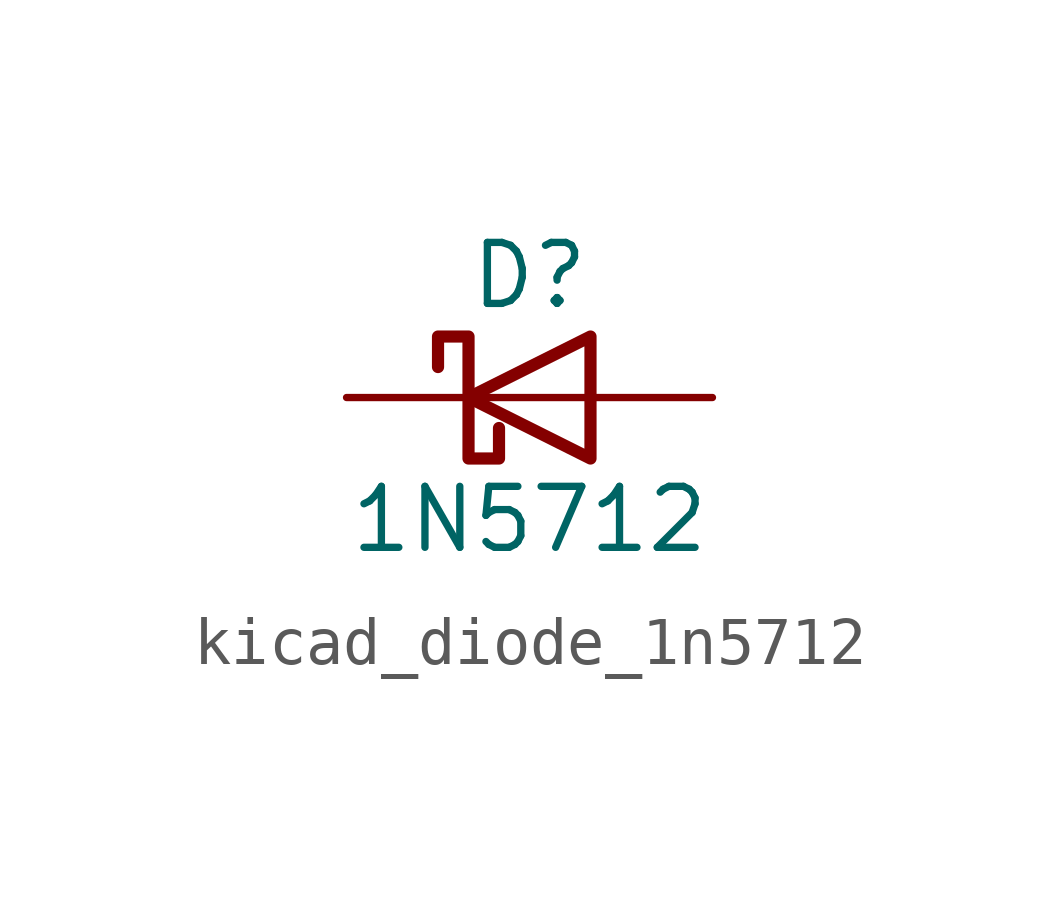
<source format=kicad_sym>
(kicad_symbol_lib
  (version 20220914)
  (generator kicad_symbol_editor)
  (symbol "kicad_diode_1n5712"
    (pin_numbers hide)
    (pin_names
      (offset 1.016) hide)
    (property "Reference" "D"
      (at 0 2.54 0)
      (effects (font (size 1.27 1.27))))
    (property "Value" "1N5712"
      (at 0 -2.54 0)
      (effects (font (size 1.27 1.27))))
    (symbol "kicad_diode_1n5712_0_1"
      (polyline (pts (xy 1.27 0) (xy -1.27 0)) (stroke (width 0) (type default)) (fill (type none)))
      (polyline (pts (xy 1.27 1.27) (xy 1.27 -1.27) (xy -1.27 0) (xy 1.27 1.27)) (stroke (width 0.254) (type default)) (fill (type none)))
      (polyline (pts (xy -1.905 0.635) (xy -1.905 1.27) (xy -1.27 1.27) (xy -1.27 -1.27) (xy -0.635 -1.27) (xy -0.635 -0.635)) (stroke (width 0.254) (type default)) (fill (type none))))
    (symbol "kicad_diode_1n5712_1_1"
      (pin passive line (at -3.81 0 0) (length 2.54) (name "K" (effects (font (size 1.27 1.27)))) (number "1" (effects (font (size 1.27 1.27)))))
      (pin passive line (at 3.81 0 180) (length 2.54) (name "A" (effects (font (size 1.27 1.27)))) (number "2" (effects (font (size 1.27 1.27))))))))
</source>
